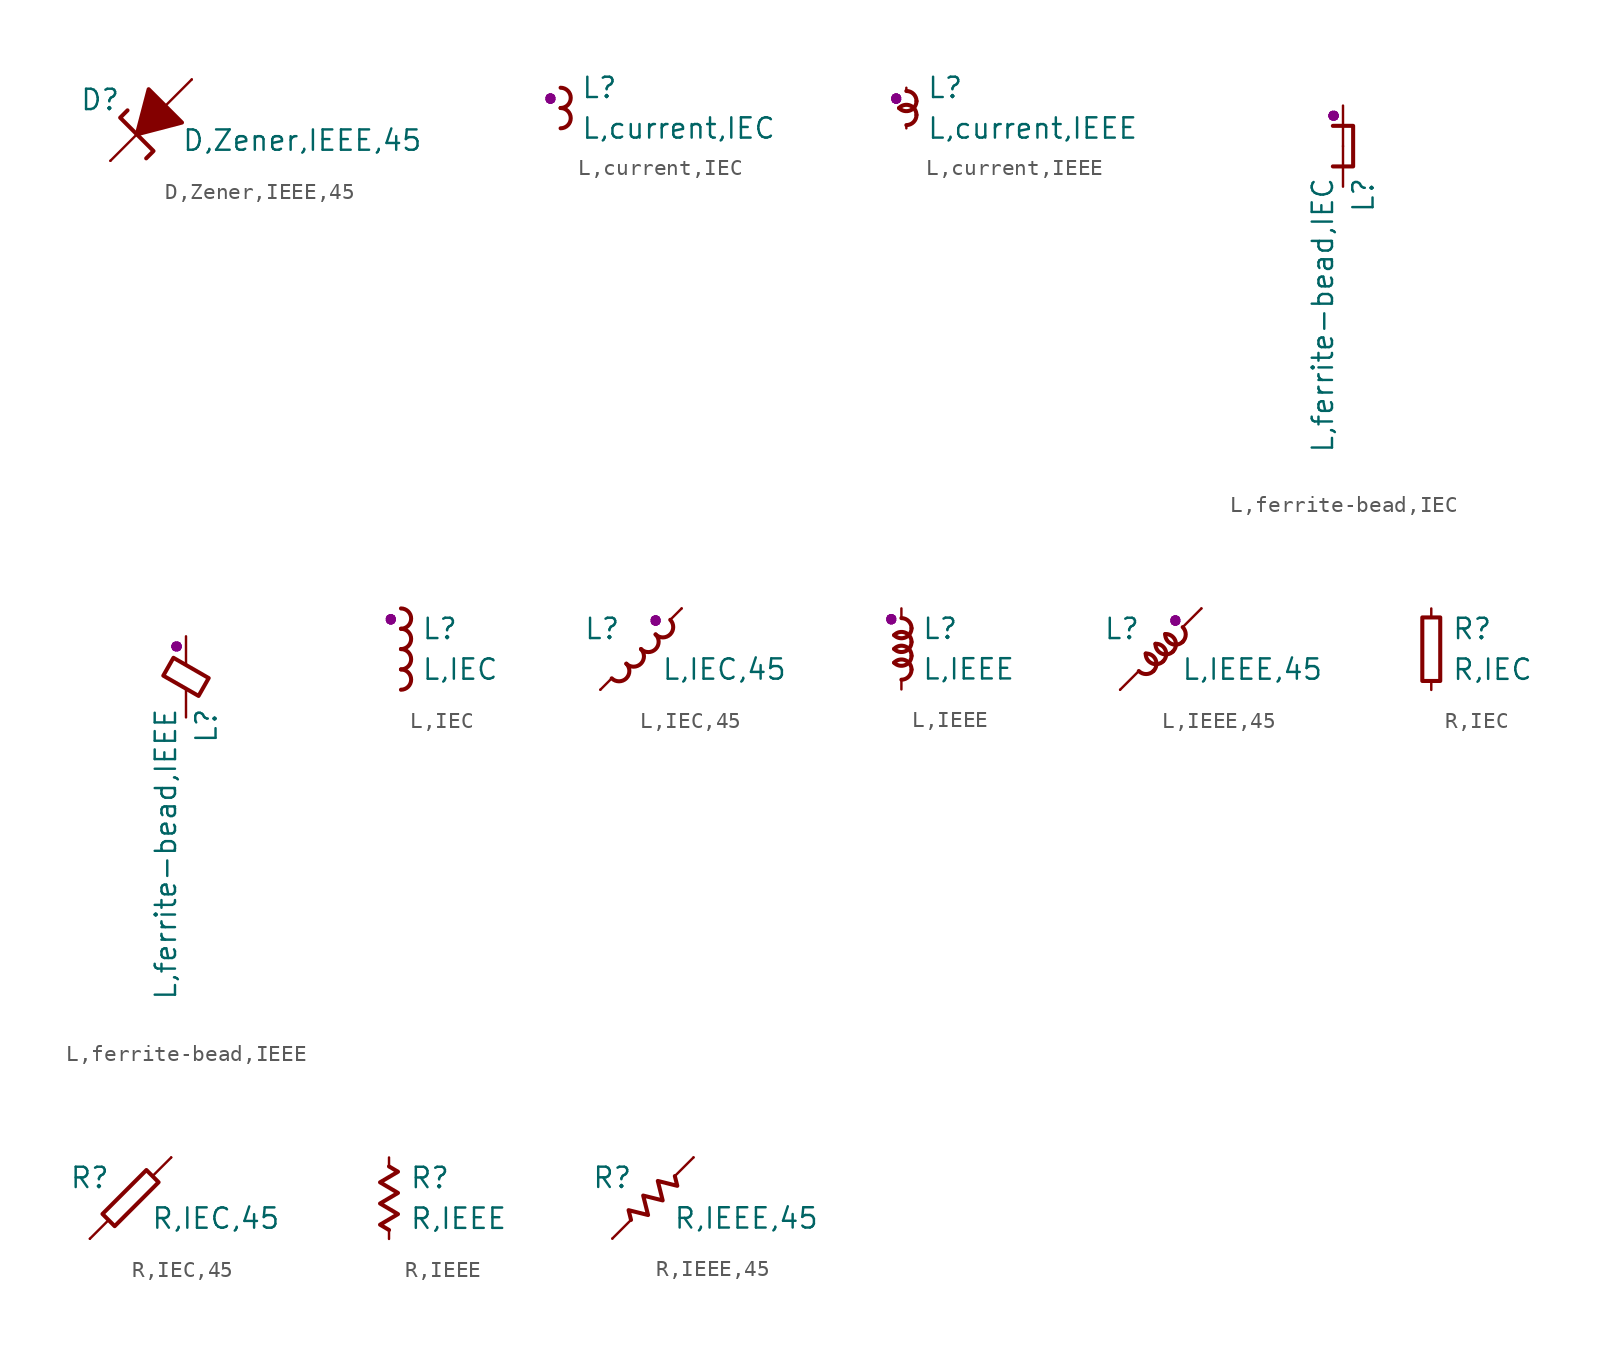
<source format=kicad_sym>
(kicad_symbol_lib
  (version 20211014)
  (generator kicad_symbol_editor)
  (symbol "D,Zener,IEEE,45"
    (pin_numbers hide)
    (pin_names
      (offset 0) hide)
    (property "Reference" "D"
      (at -1.905 1.27 0)
      (effects (font (size 1.27 1.27)) (justify right)))
    (property "Value" "D,Zener,IEEE,45"
      (at 1.905 -1.27 0)
      (effects (font (size 1.27 1.27)) (justify left)))
    (symbol "D,Zener,IEEE,45_1_1"
      (polyline (pts (xy -2.54 -2.54) (xy -0.889 -0.889)) (stroke (width 0) (type default) (color 0 0 0 0)) (fill (type none)))
      (polyline (pts (xy 2.54 2.54) (xy 0.889 0.889)) (stroke (width 0) (type default) (color 0 0 0 0)) (fill (type none)))
      (polyline (pts (xy -1.473 0.61) (xy -1.93 0.152) (xy 0.152 -1.93) (xy -0.305 -2.388)) (stroke (width 0.254) (type default) (color 0 0 0 0)) (fill (type none)))
      (polyline (pts (xy -0.889 -0.889) (xy 1.93 -0.152) (xy -0.152 1.93) (xy -0.889 -0.889)) (stroke (width 0.254) (type default) (color 0 0 0 0)) (fill (type outline)))
      (pin passive line (at -2.54 -2.54 90) (length 0) (name "K-" (effects (font (size 0.635 0.635)))) (number "1" (effects (font (size 0.914 0.914)))))
      (pin passive line (at 2.54 2.54 270) (length 0) (name "A+" (effects (font (size 0.635 0.635)))) (number "2" (effects (font (size 0.914 0.914)))))))
  (symbol "L,current,IEC"
    (pin_numbers hide)
    (pin_names
      (offset 0) hide)
    (property "Reference" "L"
      (at 1.27 1.27 0)
      (effects (font (size 1.27 1.27)) (justify left)))
    (property "Value" "L,current,IEC"
      (at 1.27 -1.27 0)
      (effects (font (size 1.27 1.27)) (justify left)))
    (property "Indicator" "●"
      (at -0.635 0.635 0)
      (effects (font (size 0.635 0.635))))
    (symbol "L,current,IEC_1_1"
      (arc (start 0 -1.27) (mid 0.635 -0.635) (end 0 0) (stroke (width 0.254) (type default) (color 0 0 0 0)) (fill (type none)))
      (arc (start 0 0) (mid 0.635 0.635) (end 0 1.27) (stroke (width 0.254) (type default) (color 0 0 0 0)) (fill (type none)))
      (pin passive line (at 0 1.27 0) (length 0) (name "+" (effects (font (size 0.635 0.635)))) (number "1" (effects (font (size 0.914 0.914)))))
      (pin passive line (at 0 -1.27 0) (length 0) (name "-" (effects (font (size 0.635 0.635)))) (number "2" (effects (font (size 0.914 0.914)))))))
  (symbol "L,current,IEEE"
    (pin_numbers hide)
    (pin_names
      (offset 0) hide)
    (property "Reference" "L"
      (at 1.27 1.27 0)
      (effects (font (size 1.27 1.27)) (justify left)))
    (property "Value" "L,current,IEEE"
      (at 1.27 -1.27 0)
      (effects (font (size 1.27 1.27)) (justify left)))
    (property "Indicator" "●"
      (at -0.635 0.635 0)
      (effects (font (size 0.635 0.635))))
    (symbol "L,current,IEEE_1_1"
      (arc (start -0.4572 0) (mid 0.2323 -0.1526) (end 0.635 0.4318) (stroke (width 0.254) (type default) (color 0 0 0 0)) (fill (type none)))
      (arc (start 0 -1.0668) (mid 0.449 -0.8808) (end 0.635 -0.4318) (stroke (width 0.254) (type default) (color 0 0 0 0)) (fill (type none)))
      (arc (start 0.635 -0.4318) (mid 0.2346 0.1583) (end -0.4572 0) (stroke (width 0.254) (type default) (color 0 0 0 0)) (fill (type none)))
      (arc (start 0.635 0.4318) (mid 0.449 0.8808) (end 0 1.0668) (stroke (width 0.254) (type default) (color 0 0 0 0)) (fill (type none)))
      (pin passive line (at 0 1.27 270) (length 0.203) (name "+" (effects (font (size 0.635 0.635)))) (number "1" (effects (font (size 0.914 0.914)))))
      (pin passive line (at 0 -1.27 90) (length 0.203) (name "-" (effects (font (size 0.635 0.635)))) (number "2" (effects (font (size 0.914 0.914)))))))
  (symbol "L,ferrite-bead,IEC"
    (pin_numbers hide)
    (pin_names
      (offset 0) hide)
    (property "Reference" "L"
      (at 1.27 -1.905 90)
      (effects (font (size 1.27 1.27)) (justify right)))
    (property "Value" "L,ferrite-bead,IEC"
      (at -1.27 -1.905 90)
      (effects (font (size 1.27 1.27)) (justify right)))
    (property "Indicator" "●"
      (at -0.635 1.905 90)
      (effects (font (size 0.635 0.635))))
    (symbol "L,ferrite-bead,IEC_1_1"
      (polyline (pts (xy -0.635 1.27) (xy 0.635 1.27) (xy 0.635 -1.27) (xy -0.635 -1.27)) (stroke (width 0.254) (type default) (color 0 0 0 0)) (fill (type none)))
      (pin passive line (at 0 2.54 270) (length 2.54) (name "+" (effects (font (size 0.635 0.635)))) (number "1" (effects (font (size 0.914 0.914)))))
      (pin passive line (at 0 -2.54 90) (length 2.54) (name "-" (effects (font (size 0.635 0.635)))) (number "2" (effects (font (size 0.914 0.914)))))))
  (symbol "L,ferrite-bead,IEEE"
    (pin_numbers hide)
    (pin_names
      (offset 0) hide)
    (property "Reference" "L"
      (at 1.27 -1.905 90)
      (effects (font (size 1.27 1.27)) (justify right)))
    (property "Value" "L,ferrite-bead,IEEE"
      (at -1.27 -1.905 90)
      (effects (font (size 1.27 1.27)) (justify right)))
    (property "Indicator" "●"
      (at -0.635 1.905 90)
      (effects (font (size 0.635 0.635))))
    (symbol "L,ferrite-bead,IEEE_1_1"
      (polyline (pts (xy -1.422 0.076) (xy -0.787 1.194) (xy 1.422 -0.076) (xy 0.787 -1.194) (xy -1.422 0.076)) (stroke (width 0.254) (type default) (color 0 0 0 0)) (fill (type none)))
      (pin passive line (at 0 2.54 270) (length 1.778) (name "+" (effects (font (size 0.635 0.635)))) (number "1" (effects (font (size 0.914 0.914)))))
      (pin passive line (at 0 -2.54 90) (length 1.778) (name "-" (effects (font (size 0.635 0.635)))) (number "2" (effects (font (size 0.914 0.914)))))))
  (symbol "L,IEC"
    (pin_numbers hide)
    (pin_names
      (offset 0) hide)
    (property "Reference" "L"
      (at 1.27 1.27 0)
      (effects (font (size 1.27 1.27)) (justify left)))
    (property "Value" "L,IEC"
      (at 1.27 -1.27 0)
      (effects (font (size 1.27 1.27)) (justify left)))
    (property "Indicator" "●"
      (at -0.635 1.905 0)
      (effects (font (size 0.635 0.635))))
    (symbol "L,IEC_1_1"
      (arc (start 0 -2.54) (mid 0.635 -1.905) (end 0 -1.27) (stroke (width 0.254) (type default) (color 0 0 0 0)) (fill (type none)))
      (arc (start 0 -1.27) (mid 0.635 -0.635) (end 0 0) (stroke (width 0.254) (type default) (color 0 0 0 0)) (fill (type none)))
      (arc (start 0 0) (mid 0.635 0.635) (end 0 1.27) (stroke (width 0.254) (type default) (color 0 0 0 0)) (fill (type none)))
      (arc (start 0 1.27) (mid 0.635 1.905) (end 0 2.54) (stroke (width 0.254) (type default) (color 0 0 0 0)) (fill (type none)))
      (pin passive line (at 0 2.54 0) (length 0) (name "+" (effects (font (size 0.635 0.635)))) (number "1" (effects (font (size 0.914 0.914)))))
      (pin passive line (at 0 -2.54 0) (length 0) (name "-" (effects (font (size 0.635 0.635)))) (number "2" (effects (font (size 0.914 0.914)))))))
  (symbol "L,IEC,45"
    (pin_numbers hide)
    (pin_names
      (offset 0) hide)
    (property "Reference" "L"
      (at -1.27 1.27 0)
      (effects (font (size 1.27 1.27)) (justify right)))
    (property "Value" "L,IEC,45"
      (at 1.27 -1.27 0)
      (effects (font (size 1.27 1.27)) (justify left)))
    (property "Indicator" "●"
      (at 0.914 1.829 0)
      (effects (font (size 0.635 0.635))))
    (symbol "L,IEC,45_1_1"
      (arc (start -1.8288 -1.8288) (mid -0.9144 -1.8288) (end -0.9144 -0.9144) (stroke (width 0.254) (type default) (color 0 0 0 0)) (fill (type none)))
      (arc (start -0.9144 -0.9144) (mid 0 -0.9144) (end 0 0) (stroke (width 0.254) (type default) (color 0 0 0 0)) (fill (type none)))
      (polyline (pts (xy -2.54 -2.54) (xy -1.829 -1.829)) (stroke (width 0) (type default) (color 0 0 0 0)) (fill (type none)))
      (polyline (pts (xy 2.54 2.54) (xy 1.829 1.829)) (stroke (width 0) (type default) (color 0 0 0 0)) (fill (type none)))
      (arc (start 0 0) (mid 0.9144 0) (end 0.9144 0.9144) (stroke (width 0.254) (type default) (color 0 0 0 0)) (fill (type none)))
      (arc (start 0.9144 0.9144) (mid 1.8288 0.9144) (end 1.8288 1.8288) (stroke (width 0.254) (type default) (color 0 0 0 0)) (fill (type none)))
      (pin passive line (at 2.54 2.54 270) (length 0) (name "+" (effects (font (size 0.635 0.635)))) (number "1" (effects (font (size 0.914 0.914)))))
      (pin passive line (at -2.54 -2.54 90) (length 0) (name "-" (effects (font (size 0.635 0.635)))) (number "2" (effects (font (size 0.914 0.914)))))))
  (symbol "L,IEEE"
    (pin_numbers hide)
    (pin_names
      (offset 0) hide)
    (property "Reference" "L"
      (at 1.27 1.27 0)
      (effects (font (size 1.27 1.27)) (justify left)))
    (property "Value" "L,IEEE"
      (at 1.27 -1.27 0)
      (effects (font (size 1.27 1.27)) (justify left)))
    (property "Indicator" "●"
      (at -0.635 1.905 0)
      (effects (font (size 0.635 0.635))))
    (symbol "L,IEEE_1_1"
      (arc (start -0.4572 -0.8636) (mid 0.2323 -1.0162) (end 0.635 -0.4318) (stroke (width 0.254) (type default) (color 0 0 0 0)) (fill (type none)))
      (arc (start -0.4572 0) (mid 0.2323 -0.1526) (end 0.635 0.4318) (stroke (width 0.254) (type default) (color 0 0 0 0)) (fill (type none)))
      (arc (start -0.4572 0.8636) (mid 0.2323 0.711) (end 0.635 1.2954) (stroke (width 0.254) (type default) (color 0 0 0 0)) (fill (type none)))
      (arc (start 0 -1.9304) (mid 0.449 -1.7444) (end 0.635 -1.2954) (stroke (width 0.254) (type default) (color 0 0 0 0)) (fill (type none)))
      (arc (start 0.635 -1.2954) (mid 0.2346 -0.7053) (end -0.4572 -0.8636) (stroke (width 0.254) (type default) (color 0 0 0 0)) (fill (type none)))
      (arc (start 0.635 -0.4318) (mid 0.2346 0.1583) (end -0.4572 0) (stroke (width 0.254) (type default) (color 0 0 0 0)) (fill (type none)))
      (arc (start 0.635 0.4318) (mid 0.2346 1.0219) (end -0.4572 0.8636) (stroke (width 0.254) (type default) (color 0 0 0 0)) (fill (type none)))
      (arc (start 0.635 1.2954) (mid 0.449 1.7444) (end 0 1.9304) (stroke (width 0.254) (type default) (color 0 0 0 0)) (fill (type none)))
      (pin passive line (at 0 2.54 270) (length 0.61) (name "+" (effects (font (size 0.635 0.635)))) (number "1" (effects (font (size 0.914 0.914)))))
      (pin passive line (at 0 -2.54 90) (length 0.61) (name "-" (effects (font (size 0.635 0.635)))) (number "2" (effects (font (size 0.914 0.914)))))))
  (symbol "L,IEEE,45"
    (pin_numbers hide)
    (pin_names
      (offset 0) hide)
    (property "Reference" "L"
      (at -1.27 1.27 0)
      (effects (font (size 1.27 1.27)) (justify right)))
    (property "Value" "L,IEEE,45"
      (at 1.27 -1.27 0)
      (effects (font (size 1.27 1.27)) (justify left)))
    (property "Indicator" "●"
      (at 0.914 1.829 0)
      (effects (font (size 0.635 0.635))))
    (symbol "L,IEEE,45_1_1"
      (arc (start -1.3716 -1.3716) (mid -0.9144 -1.561) (end -0.4572 -1.3716) (stroke (width 0.254) (type default) (color 0 0 0 0)) (fill (type none)))
      (arc (start -0.9398 -0.2794) (mid -0.5597 -0.887) (end 0.1524 -0.762) (stroke (width 0.254) (type default) (color 0 0 0 0)) (fill (type none)))
      (arc (start -0.4572 -1.3716) (mid -0.3221 -0.6551) (end -0.9398 -0.2794) (stroke (width 0.254) (type default) (color 0 0 0 0)) (fill (type none)))
      (arc (start -0.3302 0.3302) (mid 0.0499 -0.2774) (end 0.762 -0.1524) (stroke (width 0.254) (type default) (color 0 0 0 0)) (fill (type none)))
      (polyline (pts (xy -2.54 -2.54) (xy -1.372 -1.372)) (stroke (width 0) (type default) (color 0 0 0 0)) (fill (type none)))
      (polyline (pts (xy 2.54 2.54) (xy 1.372 1.372)) (stroke (width 0) (type default) (color 0 0 0 0)) (fill (type none)))
      (arc (start 0.1524 -0.762) (mid 0.2875 -0.0455) (end -0.3302 0.3302) (stroke (width 0.254) (type default) (color 0 0 0 0)) (fill (type none)))
      (arc (start 0.2794 0.9398) (mid 0.6595 0.3322) (end 1.3716 0.4572) (stroke (width 0.254) (type default) (color 0 0 0 0)) (fill (type none)))
      (arc (start 0.762 -0.1524) (mid 0.8971 0.5641) (end 0.2794 0.9398) (stroke (width 0.254) (type default) (color 0 0 0 0)) (fill (type none)))
      (arc (start 1.3716 0.4572) (mid 1.561 0.9144) (end 1.3716 1.3716) (stroke (width 0.254) (type default) (color 0 0 0 0)) (fill (type none)))
      (pin passive line (at 2.54 2.54 270) (length 0) (name "+" (effects (font (size 0.635 0.635)))) (number "1" (effects (font (size 0.914 0.914)))))
      (pin passive line (at -2.54 -2.54 90) (length 0) (name "-" (effects (font (size 0.635 0.635)))) (number "2" (effects (font (size 0.914 0.914)))))))
  (symbol "R,IEC"
    (pin_numbers hide)
    (pin_names
      (offset 0) hide)
    (property "Reference" "R"
      (at 1.27 1.27 0)
      (effects (font (size 1.27 1.27)) (justify left)))
    (property "Value" "R,IEC"
      (at 1.27 -1.27 0)
      (effects (font (size 1.27 1.27)) (justify left)))
    (symbol "R,IEC_1_1"
      (rectangle (start -0.559 1.981) (end 0.559 -1.981) (stroke (width 0.254) (type default) (color 0 0 0 0)) (fill (type none)))
      (pin passive line (at 0 2.54 270) (length 0.559) (name "+" (effects (font (size 0.635 0.635)))) (number "1" (effects (font (size 0.914 0.914)))))
      (pin passive line (at 0 -2.54 90) (length 0.559) (name "-" (effects (font (size 0.635 0.635)))) (number "2" (effects (font (size 0.914 0.914)))))))
  (symbol "R,IEC,45"
    (pin_numbers hide)
    (pin_names
      (offset 0) hide)
    (property "Reference" "R"
      (at -1.27 1.27 0)
      (effects (font (size 1.27 1.27)) (justify right)))
    (property "Value" "R,IEC,45"
      (at 1.27 -1.27 0)
      (effects (font (size 1.27 1.27)) (justify left)))
    (symbol "R,IEC,45_1_1"
      (polyline (pts (xy -2.54 -2.54) (xy -1.372 -1.372)) (stroke (width 0) (type default) (color 0 0 0 0)) (fill (type none)))
      (polyline (pts (xy 2.54 2.54) (xy 1.372 1.372)) (stroke (width 0) (type default) (color 0 0 0 0)) (fill (type none)))
      (polyline (pts (xy 0.991 1.753) (xy -1.753 -0.991) (xy -0.991 -1.753) (xy 1.753 0.991) (xy 0.991 1.753)) (stroke (width 0.254) (type default) (color 0 0 0 0)) (fill (type none)))
      (pin passive line (at 2.54 2.54 270) (length 0) (name "+" (effects (font (size 0.635 0.635)))) (number "1" (effects (font (size 0.914 0.914)))))
      (pin passive line (at -2.54 -2.54 90) (length 0) (name "-" (effects (font (size 0.635 0.635)))) (number "2" (effects (font (size 0.914 0.914)))))))
  (symbol "R,IEEE"
    (pin_numbers hide)
    (pin_names
      (offset 0) hide)
    (property "Reference" "R"
      (at 1.27 1.27 0)
      (effects (font (size 1.27 1.27)) (justify left)))
    (property "Value" "R,IEEE"
      (at 1.27 -1.27 0)
      (effects (font (size 1.27 1.27)) (justify left)))
    (symbol "R,IEEE_1_1"
      (polyline (pts (xy 0 1.981) (xy 0.559 1.651) (xy -0.559 0.991) (xy 0.559 0.33) (xy -0.559 -0.33) (xy 0.559 -0.991) (xy -0.559 -1.651) (xy 0 -1.981)) (stroke (width 0.254) (type default) (color 0 0 0 0)) (fill (type none)))
      (pin passive line (at 0 2.54 270) (length 0.559) (name "+" (effects (font (size 0.635 0.635)))) (number "1" (effects (font (size 0.914 0.914)))))
      (pin passive line (at 0 -2.54 90) (length 0.559) (name "-" (effects (font (size 0.635 0.635)))) (number "2" (effects (font (size 0.914 0.914)))))))
  (symbol "R,IEEE,45"
    (pin_numbers hide)
    (pin_names
      (offset 0) hide)
    (property "Reference" "R"
      (at -1.27 1.27 0)
      (effects (font (size 1.27 1.27)) (justify right)))
    (property "Value" "R,IEEE,45"
      (at 1.27 -1.27 0)
      (effects (font (size 1.27 1.27)) (justify left)))
    (symbol "R,IEEE,45_1_1"
      (polyline (pts (xy -2.54 -2.54) (xy -1.372 -1.372)) (stroke (width 0) (type default) (color 0 0 0 0)) (fill (type none)))
      (polyline (pts (xy 2.54 2.54) (xy 1.372 1.372)) (stroke (width 0) (type default) (color 0 0 0 0)) (fill (type none)))
      (polyline (pts (xy 1.372 1.372) (xy 1.524 0.762) (xy 0.305 1.067) (xy 0.61 -0.152) (xy -0.61 0.152) (xy -0.305 -1.067) (xy -1.524 -0.762) (xy -1.372 -1.372)) (stroke (width 0.254) (type default) (color 0 0 0 0)) (fill (type none)))
      (pin passive line (at 2.54 2.54 270) (length 0) (name "+" (effects (font (size 0.635 0.635)))) (number "1" (effects (font (size 0.914 0.914)))))
      (pin passive line (at -2.54 -2.54 90) (length 0) (name "-" (effects (font (size 0.635 0.635)))) (number "2" (effects (font (size 0.914 0.914))))))))
</source>
